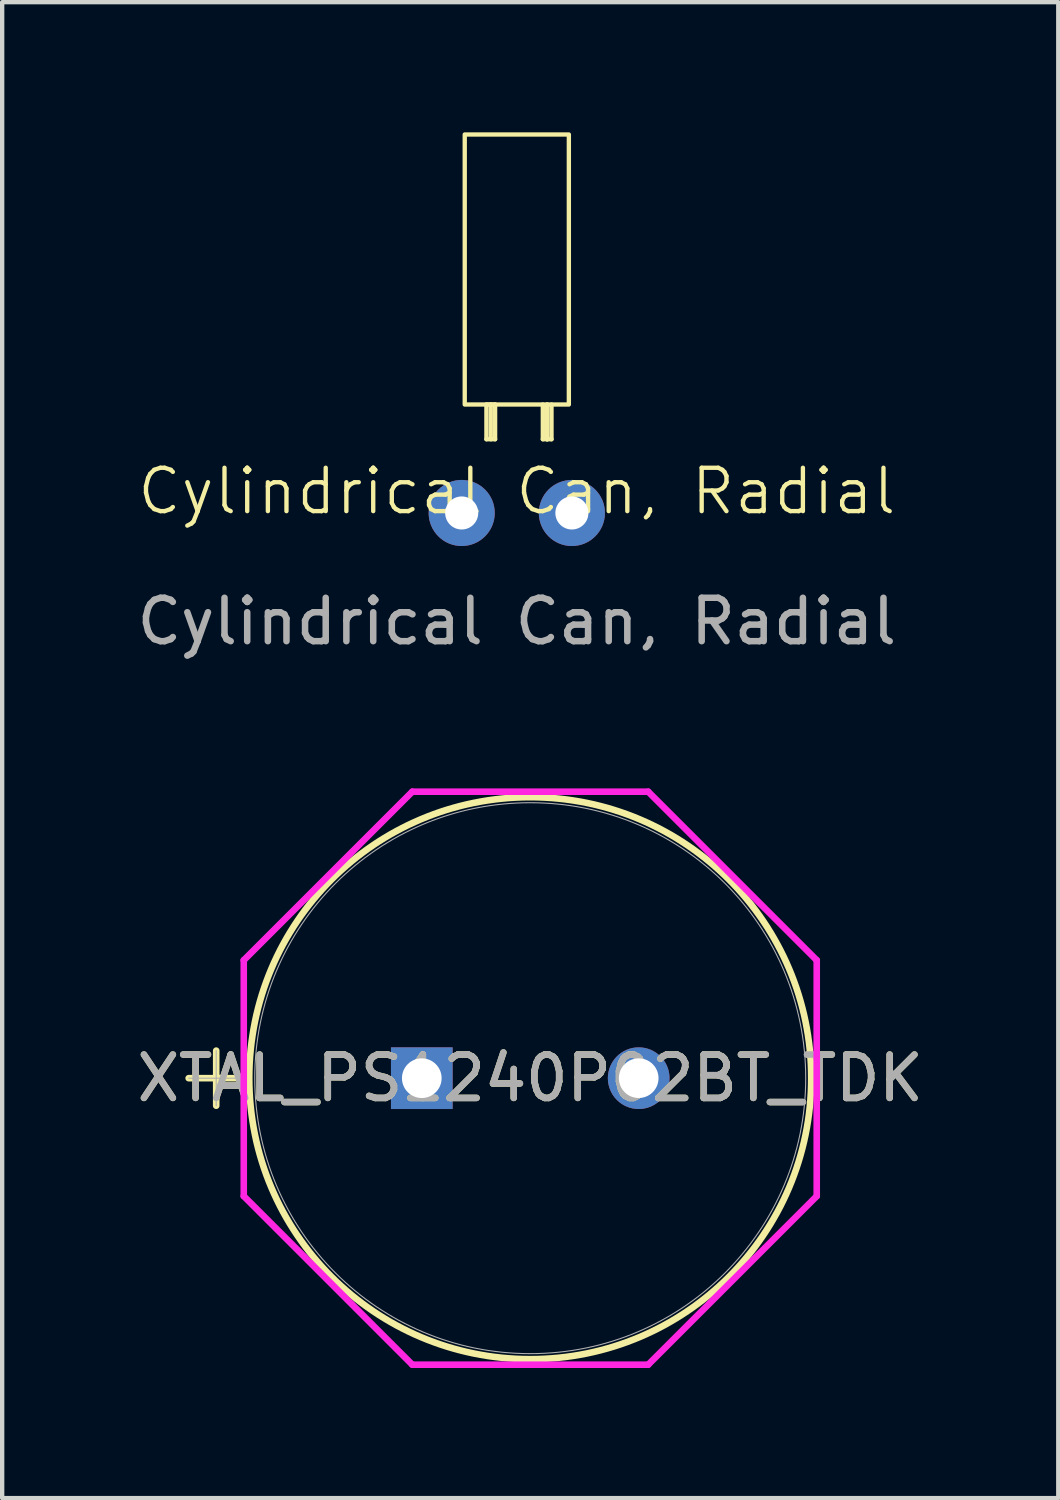
<source format=kicad_pcb>
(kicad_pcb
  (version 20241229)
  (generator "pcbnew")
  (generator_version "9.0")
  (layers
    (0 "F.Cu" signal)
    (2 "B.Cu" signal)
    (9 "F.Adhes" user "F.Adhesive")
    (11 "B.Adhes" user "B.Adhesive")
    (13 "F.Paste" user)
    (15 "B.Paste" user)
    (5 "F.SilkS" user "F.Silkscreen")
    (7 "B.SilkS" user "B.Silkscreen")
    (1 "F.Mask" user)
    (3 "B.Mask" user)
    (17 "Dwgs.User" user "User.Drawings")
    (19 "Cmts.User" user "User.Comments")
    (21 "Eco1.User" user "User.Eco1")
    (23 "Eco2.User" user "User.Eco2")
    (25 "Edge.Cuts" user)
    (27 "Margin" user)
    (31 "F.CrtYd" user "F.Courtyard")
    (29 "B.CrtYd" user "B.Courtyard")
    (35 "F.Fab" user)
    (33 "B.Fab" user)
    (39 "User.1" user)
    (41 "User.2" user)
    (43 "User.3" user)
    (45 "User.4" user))
  (footprint "XTAL_PS1240P02BT_TDK"
    (layer "F.Cu")
    (at 6.673 21.804)
    (property "Reference" "XTAL_PS1240P02BT_TDK" (at 2.5 0 0) (unlocked yes) (layer "F.SilkS") (effects (font (size 1 1) (thickness 0.15))))
    (attr through_hole)
    (fp_line (start -5.374 0) (end -4.104 0) (stroke (width 0.152) (type solid)) (layer "F.SilkS"))
    (fp_line (start -4.739 -0.635) (end -4.739 0.635) (stroke (width 0.152) (type solid)) (layer "F.SilkS"))
    (fp_circle (center 2.5 0) (end 8.977 0) (stroke (width 0.152) (type solid)) (fill no) (layer "F.SilkS"))
    (fp_line (start -4.104 -2.719) (end -0.219 -6.604) (stroke (width 0.152) (type solid)) (layer "F.CrtYd"))
    (fp_line (start -4.104 2.719) (end -4.104 -2.719) (stroke (width 0.152) (type solid)) (layer "F.CrtYd"))
    (fp_line (start -0.219 -6.604) (end 5.219 -6.604) (stroke (width 0.152) (type solid)) (layer "F.CrtYd"))
    (fp_line (start -0.219 6.604) (end -4.104 2.719) (stroke (width 0.152) (type solid)) (layer "F.CrtYd"))
    (fp_line (start 5.219 -6.604) (end 9.104 -2.719) (stroke (width 0.152) (type solid)) (layer "F.CrtYd"))
    (fp_line (start 5.219 6.604) (end -0.219 6.604) (stroke (width 0.152) (type solid)) (layer "F.CrtYd"))
    (fp_line (start 9.104 -2.719) (end 9.104 2.719) (stroke (width 0.152) (type solid)) (layer "F.CrtYd"))
    (fp_line (start 9.104 2.719) (end 5.219 6.604) (stroke (width 0.152) (type solid)) (layer "F.CrtYd"))
    (fp_line (start -5.374 0) (end -4.104 0) (stroke (width 0.025) (type solid)) (layer "F.Fab"))
    (fp_line (start -4.739 -0.635) (end -4.739 0.635) (stroke (width 0.025) (type solid)) (layer "F.Fab"))
    (fp_circle (center 2.5 0) (end 8.85 0) (stroke (width 0.025) (type solid)) (fill no) (layer "F.Fab"))
    (fp_text user "${REFERENCE}" (at 2.5 0 0) (unlocked yes) (layer "F.Fab") (effects (font (size 1 1) (thickness 0.15))))
    (pad "1" thru_hole rect (at 0 0) (size 1.422 1.422) (drill 0.914) (layers "*.Cu" "*.Mask"))
    (pad "2" thru_hole circle (at 5 0) (size 1.422 1.422) (drill 0.914) (layers "*.Cu" "*.Mask")))
  (footprint "Cylindrical Can, Radial"
    (layer "F.Cu")
    (at 8.863 8.775)
    (property "Reference" "Cylindrical Can, Radial" (at 0 -0.5 0) (unlocked yes) (layer "F.SilkS") (effects (font (size 1 1) (thickness 0.1))))
    (attr through_hole)
    (fp_line (start -0.7 -2.5) (end -0.7 -1.7) (stroke (width 0.1) (type default)) (layer "F.SilkS"))
    (fp_line (start -0.7 -1.7) (end -0.5 -1.7) (stroke (width 0.1) (type default)) (layer "F.SilkS"))
    (fp_line (start -0.6 -2.5) (end -0.6 -1.7) (stroke (width 0.1) (type default)) (layer "F.SilkS"))
    (fp_line (start -0.5 -2.5) (end -0.7 -2.5) (stroke (width 0.1) (type default)) (layer "F.SilkS"))
    (fp_line (start -0.5 -1.7) (end -0.5 -2.5) (stroke (width 0.1) (type default)) (layer "F.SilkS"))
    (fp_line (start 0.6 -2.5) (end 0.6 -1.7) (stroke (width 0.1) (type default)) (layer "F.SilkS"))
    (fp_line (start 0.6 -1.7) (end 0.7 -1.7) (stroke (width 0.1) (type default)) (layer "F.SilkS"))
    (fp_line (start 0.7 -2.5) (end 0.7 -1.7) (stroke (width 0.1) (type default)) (layer "F.SilkS"))
    (fp_line (start 0.7 -2.5) (end 0.7 -1.7) (stroke (width 0.1) (type default)) (layer "F.SilkS"))
    (fp_line (start 0.7 -1.7) (end 0.8 -1.7) (stroke (width 0.1) (type default)) (layer "F.SilkS"))
    (fp_line (start 0.8 -1.7) (end 0.8 -2.5) (stroke (width 0.1) (type default)) (layer "F.SilkS"))
    (fp_rect (start -1.2 -8.725) (end 1.2 -2.5) (stroke (width 0.1) (type default)) (fill no) (layer "F.SilkS"))
    (fp_text user "${REFERENCE}" (at 0 2.5 0) (unlocked yes) (layer "F.Fab") (effects (font (size 1 1) (thickness 0.15))))
    (pad "1" thru_hole circle (at 1.27 0) (size 1.524 1.524) (drill 0.762) (layers "*.Cu" "*.Mask"))
    (pad "2" thru_hole circle (at -1.27 0) (size 1.524 1.524) (drill 0.762) (layers "*.Cu" "*.Mask")))
  (gr_rect
    (start -3 -3)
    (end 21.345 31.484)
    (stroke (width 0.1) (type default))
    (fill no)
    (layer "Edge.Cuts")))
</source>
